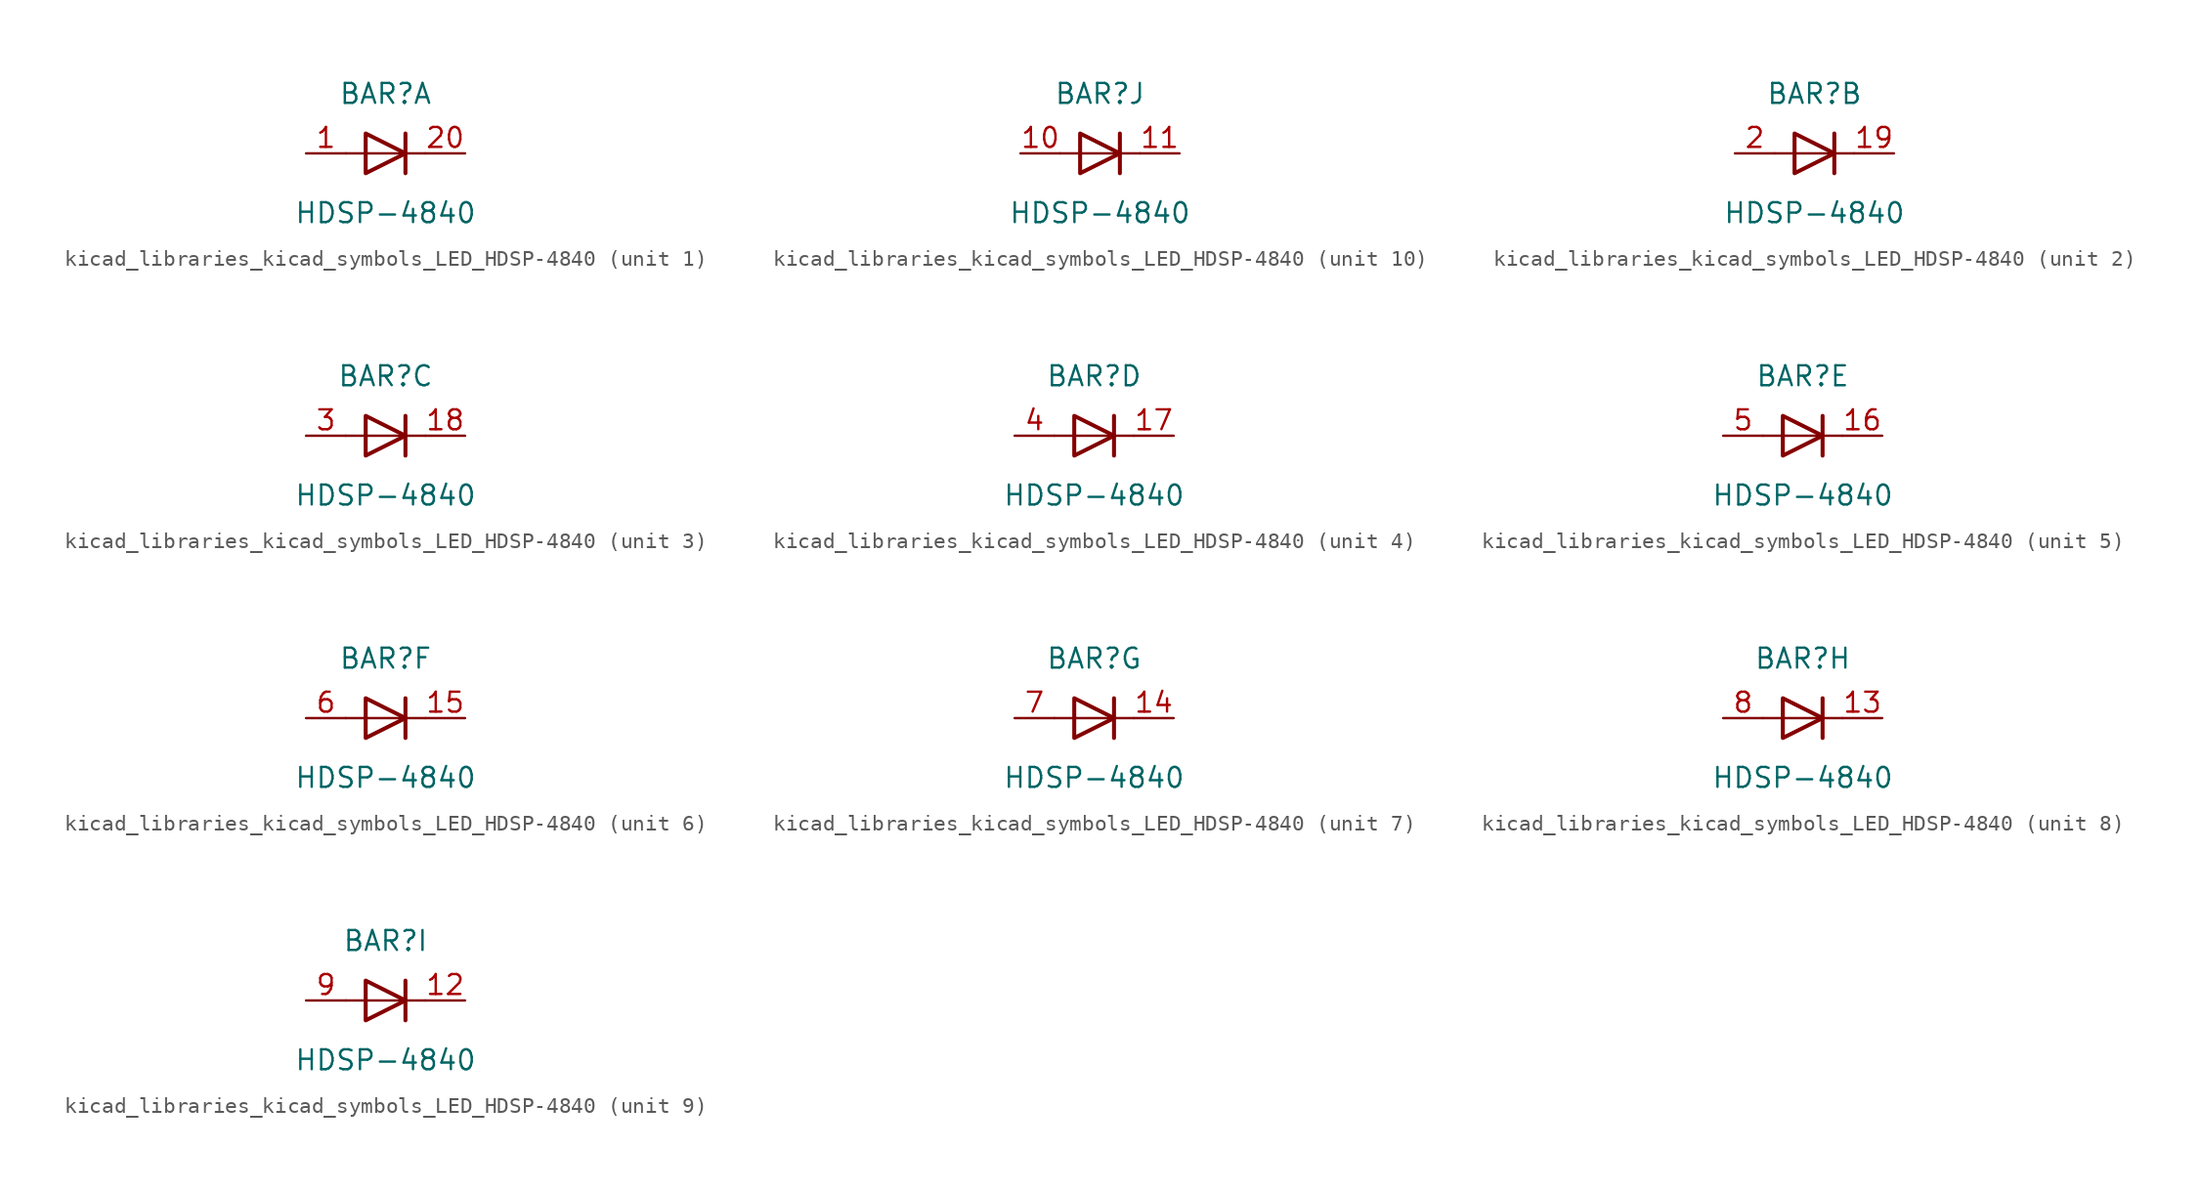
<source format=kicad_sym>
(kicad_symbol_lib
  (version 20220914)
  (generator kicad_symbol_editor)
  (symbol "kicad_libraries_kicad_symbols_LED_HDSP-4840"
    (pin_names
      (offset 1.016) hide)
    (property "Reference" "BAR"
      (at 0 3.81 0)
      (effects (font (size 1.27 1.27))))
    (property "Value" "HDSP-4840"
      (at 0 -3.81 0)
      (effects (font (size 1.27 1.27))))
    (symbol "kicad_libraries_kicad_symbols_LED_HDSP-4840_0_1"
      (polyline (pts (xy -2.54 0) (xy 2.54 0)) (stroke (width 0) (type default)) (fill (type none)))
      (polyline (pts (xy 1.27 -1.27) (xy 1.27 1.27)) (stroke (width 0.254) (type default)) (fill (type none)))
      (polyline (pts (xy -1.27 1.27) (xy -1.27 -1.27) (xy 1.27 0) (xy -1.27 1.27)) (stroke (width 0.254) (type default)) (fill (type none))))
    (symbol "kicad_libraries_kicad_symbols_LED_HDSP-4840_1_1"
      (pin passive line (at -5.08 0 0) (length 2.54) (name "A" (effects (font (size 1.27 1.27)))) (number "1" (effects (font (size 1.27 1.27)))))
      (pin passive line (at 5.08 0 180) (length 2.54) (name "K" (effects (font (size 1.27 1.27)))) (number "20" (effects (font (size 1.27 1.27))))))
    (symbol "kicad_libraries_kicad_symbols_LED_HDSP-4840_2_1"
      (pin passive line (at 5.08 0 180) (length 2.54) (name "K" (effects (font (size 1.27 1.27)))) (number "19" (effects (font (size 1.27 1.27)))))
      (pin passive line (at -5.08 0 0) (length 2.54) (name "A" (effects (font (size 1.27 1.27)))) (number "2" (effects (font (size 1.27 1.27))))))
    (symbol "kicad_libraries_kicad_symbols_LED_HDSP-4840_3_1"
      (pin passive line (at 5.08 0 180) (length 2.54) (name "K" (effects (font (size 1.27 1.27)))) (number "18" (effects (font (size 1.27 1.27)))))
      (pin passive line (at -5.08 0 0) (length 2.54) (name "A" (effects (font (size 1.27 1.27)))) (number "3" (effects (font (size 1.27 1.27))))))
    (symbol "kicad_libraries_kicad_symbols_LED_HDSP-4840_4_1"
      (pin passive line (at 5.08 0 180) (length 2.54) (name "K" (effects (font (size 1.27 1.27)))) (number "17" (effects (font (size 1.27 1.27)))))
      (pin passive line (at -5.08 0 0) (length 2.54) (name "A" (effects (font (size 1.27 1.27)))) (number "4" (effects (font (size 1.27 1.27))))))
    (symbol "kicad_libraries_kicad_symbols_LED_HDSP-4840_5_1"
      (pin passive line (at 5.08 0 180) (length 2.54) (name "K" (effects (font (size 1.27 1.27)))) (number "16" (effects (font (size 1.27 1.27)))))
      (pin passive line (at -5.08 0 0) (length 2.54) (name "A" (effects (font (size 1.27 1.27)))) (number "5" (effects (font (size 1.27 1.27))))))
    (symbol "kicad_libraries_kicad_symbols_LED_HDSP-4840_6_1"
      (pin passive line (at 5.08 0 180) (length 2.54) (name "K" (effects (font (size 1.27 1.27)))) (number "15" (effects (font (size 1.27 1.27)))))
      (pin passive line (at -5.08 0 0) (length 2.54) (name "A" (effects (font (size 1.27 1.27)))) (number "6" (effects (font (size 1.27 1.27))))))
    (symbol "kicad_libraries_kicad_symbols_LED_HDSP-4840_7_1"
      (pin passive line (at 5.08 0 180) (length 2.54) (name "K" (effects (font (size 1.27 1.27)))) (number "14" (effects (font (size 1.27 1.27)))))
      (pin passive line (at -5.08 0 0) (length 2.54) (name "A" (effects (font (size 1.27 1.27)))) (number "7" (effects (font (size 1.27 1.27))))))
    (symbol "kicad_libraries_kicad_symbols_LED_HDSP-4840_8_1"
      (pin passive line (at 5.08 0 180) (length 2.54) (name "K" (effects (font (size 1.27 1.27)))) (number "13" (effects (font (size 1.27 1.27)))))
      (pin passive line (at -5.08 0 0) (length 2.54) (name "A" (effects (font (size 1.27 1.27)))) (number "8" (effects (font (size 1.27 1.27))))))
    (symbol "kicad_libraries_kicad_symbols_LED_HDSP-4840_9_1"
      (pin passive line (at 5.08 0 180) (length 2.54) (name "K" (effects (font (size 1.27 1.27)))) (number "12" (effects (font (size 1.27 1.27)))))
      (pin passive line (at -5.08 0 0) (length 2.54) (name "A" (effects (font (size 1.27 1.27)))) (number "9" (effects (font (size 1.27 1.27))))))
    (symbol "kicad_libraries_kicad_symbols_LED_HDSP-4840_10_1"
      (pin passive line (at -5.08 0 0) (length 2.54) (name "A" (effects (font (size 1.27 1.27)))) (number "10" (effects (font (size 1.27 1.27)))))
      (pin passive line (at 5.08 0 180) (length 2.54) (name "K" (effects (font (size 1.27 1.27)))) (number "11" (effects (font (size 1.27 1.27))))))))
</source>
